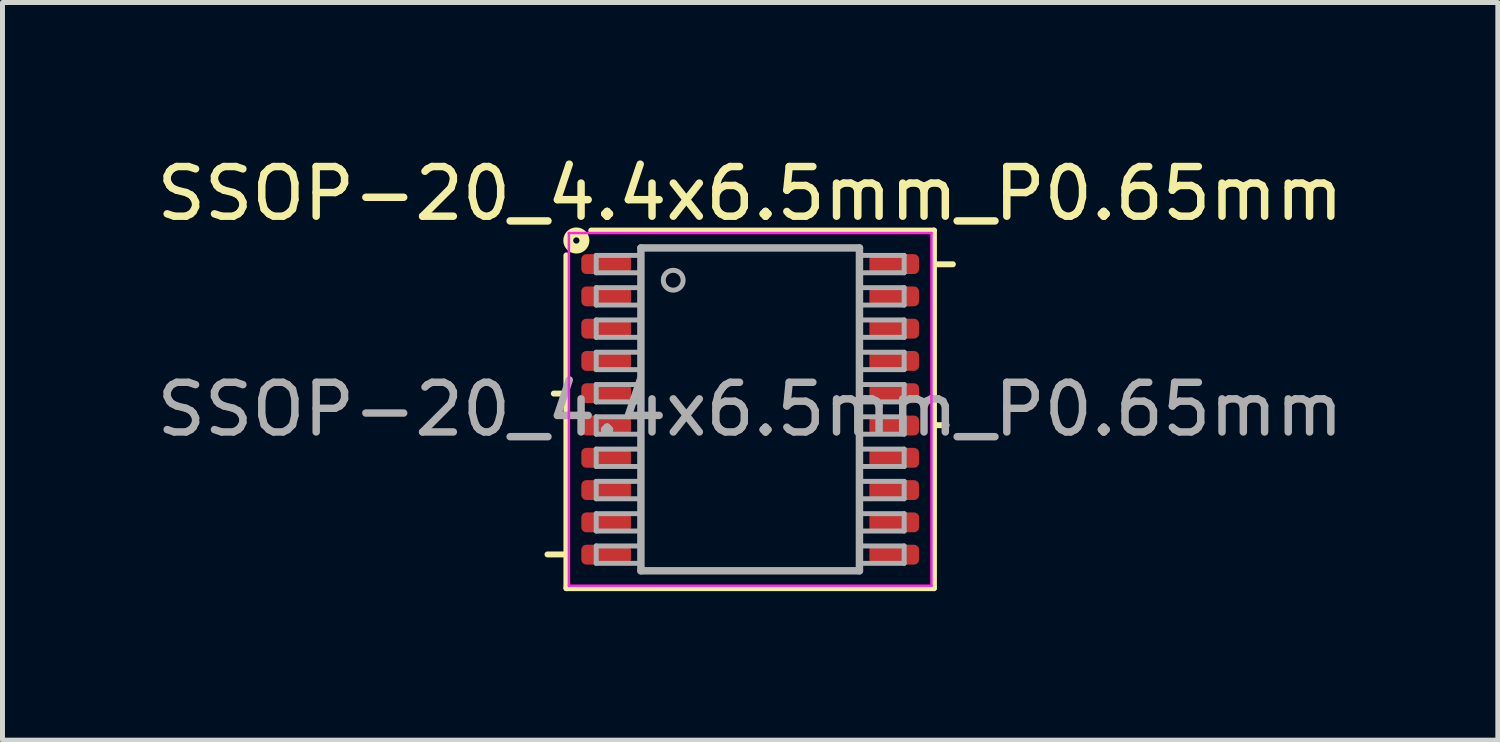
<source format=kicad_pcb>
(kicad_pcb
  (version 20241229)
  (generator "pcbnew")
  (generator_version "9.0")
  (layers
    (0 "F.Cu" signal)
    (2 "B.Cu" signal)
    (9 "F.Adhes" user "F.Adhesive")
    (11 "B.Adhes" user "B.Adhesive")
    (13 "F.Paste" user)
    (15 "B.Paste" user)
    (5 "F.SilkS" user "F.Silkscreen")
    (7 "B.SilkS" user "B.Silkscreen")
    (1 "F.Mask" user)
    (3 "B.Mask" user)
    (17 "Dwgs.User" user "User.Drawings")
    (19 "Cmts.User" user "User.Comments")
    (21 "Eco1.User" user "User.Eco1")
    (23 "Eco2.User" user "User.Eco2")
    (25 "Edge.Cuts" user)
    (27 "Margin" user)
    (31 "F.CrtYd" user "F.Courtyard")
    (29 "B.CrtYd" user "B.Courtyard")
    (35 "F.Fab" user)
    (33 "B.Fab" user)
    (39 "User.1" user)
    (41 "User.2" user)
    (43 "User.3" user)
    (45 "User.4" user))
  (footprint "SSOP-20_4.4x6.5mm_P0.65mm"
    (layer "F.Cu")
    (at 12.054 5.192)
    (property "Reference" "SSOP-20_4.4x6.5mm_P0.65mm" (at 0 -4.344 0) (layer "F.SilkS") (effects (font (size 1 1) (thickness 0.15))))
    (attr smd)
    (fp_line (start -3.7 -3.1) (end -3.7 3.6) (stroke (width 0.12) (type solid)) (layer "F.SilkS"))
    (fp_line (start -3.7 -0.318) (end -3.954 -0.318) (stroke (width 0.12) (type solid)) (layer "F.SilkS"))
    (fp_line (start -3.7 2.921) (end -4.081 2.921) (stroke (width 0.12) (type solid)) (layer "F.SilkS"))
    (fp_line (start -3.7 3.6) (end 3.7 3.6) (stroke (width 0.12) (type solid)) (layer "F.SilkS"))
    (fp_line (start 3.7 -3.6) (end -3.2 -3.6) (stroke (width 0.12) (type solid)) (layer "F.SilkS"))
    (fp_line (start 3.7 -2.921) (end 4.081 -2.921) (stroke (width 0.12) (type solid)) (layer "F.SilkS"))
    (fp_line (start 3.7 0.318) (end 3.954 0.318) (stroke (width 0.12) (type solid)) (layer "F.SilkS"))
    (fp_line (start 3.7 3.6) (end 3.7 -3.6) (stroke (width 0.12) (type solid)) (layer "F.SilkS"))
    (fp_circle (center -3.5 -3.4) (end -3.437 -3.4) (stroke (width 0.2) (type solid)) (fill no) (layer "F.SilkS"))
    (fp_line (start -3.65 -3.55) (end -3.65 3.55) (stroke (width 0.05) (type solid)) (layer "F.CrtYd"))
    (fp_line (start -3.65 -3.55) (end 3.65 -3.55) (stroke (width 0.05) (type solid)) (layer "F.CrtYd"))
    (fp_line (start -3.65 3.55) (end 3.65 3.55) (stroke (width 0.05) (type solid)) (layer "F.CrtYd"))
    (fp_line (start 3.65 -3.55) (end 3.65 3.55) (stroke (width 0.05) (type solid)) (layer "F.CrtYd"))
    (fp_line (start -3.1 -3.1) (end -3.1 -2.75) (stroke (width 0.1) (type solid)) (layer "F.Fab"))
    (fp_line (start -3.1 -3.1) (end -2.2 -3.1) (stroke (width 0.1) (type solid)) (layer "F.Fab"))
    (fp_line (start -3.1 -2.75) (end -2.2 -2.75) (stroke (width 0.1) (type solid)) (layer "F.Fab"))
    (fp_line (start -3.1 -2.45) (end -3.1 -2.1) (stroke (width 0.1) (type solid)) (layer "F.Fab"))
    (fp_line (start -3.1 -2.45) (end -2.2 -2.45) (stroke (width 0.1) (type solid)) (layer "F.Fab"))
    (fp_line (start -3.1 -2.1) (end -2.2 -2.1) (stroke (width 0.1) (type solid)) (layer "F.Fab"))
    (fp_line (start -3.1 -1.8) (end -3.1 -1.45) (stroke (width 0.1) (type solid)) (layer "F.Fab"))
    (fp_line (start -3.1 -1.8) (end -2.2 -1.8) (stroke (width 0.1) (type solid)) (layer "F.Fab"))
    (fp_line (start -3.1 -1.45) (end -2.2 -1.45) (stroke (width 0.1) (type solid)) (layer "F.Fab"))
    (fp_line (start -3.1 -1.15) (end -3.1 -0.8) (stroke (width 0.1) (type solid)) (layer "F.Fab"))
    (fp_line (start -3.1 -1.15) (end -2.2 -1.15) (stroke (width 0.1) (type solid)) (layer "F.Fab"))
    (fp_line (start -3.1 -0.8) (end -2.2 -0.8) (stroke (width 0.1) (type solid)) (layer "F.Fab"))
    (fp_line (start -3.1 -0.5) (end -3.1 -0.15) (stroke (width 0.1) (type solid)) (layer "F.Fab"))
    (fp_line (start -3.1 -0.5) (end -2.2 -0.5) (stroke (width 0.1) (type solid)) (layer "F.Fab"))
    (fp_line (start -3.1 -0.15) (end -2.2 -0.15) (stroke (width 0.1) (type solid)) (layer "F.Fab"))
    (fp_line (start -3.1 0.15) (end -3.1 0.5) (stroke (width 0.1) (type solid)) (layer "F.Fab"))
    (fp_line (start -3.1 0.15) (end -2.2 0.15) (stroke (width 0.1) (type solid)) (layer "F.Fab"))
    (fp_line (start -3.1 0.5) (end -2.2 0.5) (stroke (width 0.1) (type solid)) (layer "F.Fab"))
    (fp_line (start -3.1 0.8) (end -3.1 1.15) (stroke (width 0.1) (type solid)) (layer "F.Fab"))
    (fp_line (start -3.1 0.8) (end -2.2 0.8) (stroke (width 0.1) (type solid)) (layer "F.Fab"))
    (fp_line (start -3.1 1.15) (end -2.2 1.15) (stroke (width 0.1) (type solid)) (layer "F.Fab"))
    (fp_line (start -3.1 1.45) (end -3.1 1.8) (stroke (width 0.1) (type solid)) (layer "F.Fab"))
    (fp_line (start -3.1 1.45) (end -2.2 1.45) (stroke (width 0.1) (type solid)) (layer "F.Fab"))
    (fp_line (start -3.1 1.8) (end -2.2 1.8) (stroke (width 0.1) (type solid)) (layer "F.Fab"))
    (fp_line (start -3.1 2.1) (end -3.1 2.45) (stroke (width 0.1) (type solid)) (layer "F.Fab"))
    (fp_line (start -3.1 2.1) (end -2.2 2.1) (stroke (width 0.1) (type solid)) (layer "F.Fab"))
    (fp_line (start -3.1 2.45) (end -2.2 2.45) (stroke (width 0.1) (type solid)) (layer "F.Fab"))
    (fp_line (start -3.1 2.75) (end -3.1 3.1) (stroke (width 0.1) (type solid)) (layer "F.Fab"))
    (fp_line (start -3.1 2.75) (end -2.2 2.75) (stroke (width 0.1) (type solid)) (layer "F.Fab"))
    (fp_line (start -3.1 3.1) (end -2.2 3.1) (stroke (width 0.1) (type solid)) (layer "F.Fab"))
    (fp_line (start -2.2 -3.25) (end 2.2 -3.25) (stroke (width 0.15) (type solid)) (layer "F.Fab"))
    (fp_line (start -2.2 3.25) (end -2.2 -3.25) (stroke (width 0.15) (type solid)) (layer "F.Fab"))
    (fp_line (start 2.2 -3.25) (end 2.2 3.25) (stroke (width 0.15) (type solid)) (layer "F.Fab"))
    (fp_line (start 2.2 3.25) (end -2.2 3.25) (stroke (width 0.15) (type solid)) (layer "F.Fab"))
    (fp_line (start 3.1 -3.1) (end 2.2 -3.1) (stroke (width 0.1) (type solid)) (layer "F.Fab"))
    (fp_line (start 3.1 -2.75) (end 2.2 -2.75) (stroke (width 0.1) (type solid)) (layer "F.Fab"))
    (fp_line (start 3.1 -2.75) (end 3.1 -3.1) (stroke (width 0.1) (type solid)) (layer "F.Fab"))
    (fp_line (start 3.1 -2.45) (end 2.2 -2.45) (stroke (width 0.1) (type solid)) (layer "F.Fab"))
    (fp_line (start 3.1 -2.1) (end 2.2 -2.1) (stroke (width 0.1) (type solid)) (layer "F.Fab"))
    (fp_line (start 3.1 -2.1) (end 3.1 -2.45) (stroke (width 0.1) (type solid)) (layer "F.Fab"))
    (fp_line (start 3.1 -1.8) (end 2.2 -1.8) (stroke (width 0.1) (type solid)) (layer "F.Fab"))
    (fp_line (start 3.1 -1.45) (end 2.2 -1.45) (stroke (width 0.1) (type solid)) (layer "F.Fab"))
    (fp_line (start 3.1 -1.45) (end 3.1 -1.8) (stroke (width 0.1) (type solid)) (layer "F.Fab"))
    (fp_line (start 3.1 -1.15) (end 2.2 -1.15) (stroke (width 0.1) (type solid)) (layer "F.Fab"))
    (fp_line (start 3.1 -0.8) (end 2.2 -0.8) (stroke (width 0.1) (type solid)) (layer "F.Fab"))
    (fp_line (start 3.1 -0.8) (end 3.1 -1.15) (stroke (width 0.1) (type solid)) (layer "F.Fab"))
    (fp_line (start 3.1 -0.5) (end 2.2 -0.5) (stroke (width 0.1) (type solid)) (layer "F.Fab"))
    (fp_line (start 3.1 -0.15) (end 2.2 -0.15) (stroke (width 0.1) (type solid)) (layer "F.Fab"))
    (fp_line (start 3.1 -0.15) (end 3.1 -0.5) (stroke (width 0.1) (type solid)) (layer "F.Fab"))
    (fp_line (start 3.1 0.15) (end 2.2 0.15) (stroke (width 0.1) (type solid)) (layer "F.Fab"))
    (fp_line (start 3.1 0.5) (end 2.2 0.5) (stroke (width 0.1) (type solid)) (layer "F.Fab"))
    (fp_line (start 3.1 0.5) (end 3.1 0.15) (stroke (width 0.1) (type solid)) (layer "F.Fab"))
    (fp_line (start 3.1 0.8) (end 2.2 0.8) (stroke (width 0.1) (type solid)) (layer "F.Fab"))
    (fp_line (start 3.1 1.15) (end 2.2 1.15) (stroke (width 0.1) (type solid)) (layer "F.Fab"))
    (fp_line (start 3.1 1.15) (end 3.1 0.8) (stroke (width 0.1) (type solid)) (layer "F.Fab"))
    (fp_line (start 3.1 1.45) (end 2.2 1.45) (stroke (width 0.1) (type solid)) (layer "F.Fab"))
    (fp_line (start 3.1 1.8) (end 2.2 1.8) (stroke (width 0.1) (type solid)) (layer "F.Fab"))
    (fp_line (start 3.1 1.8) (end 3.1 1.45) (stroke (width 0.1) (type solid)) (layer "F.Fab"))
    (fp_line (start 3.1 2.1) (end 2.2 2.1) (stroke (width 0.1) (type solid)) (layer "F.Fab"))
    (fp_line (start 3.1 2.45) (end 2.2 2.45) (stroke (width 0.1) (type solid)) (layer "F.Fab"))
    (fp_line (start 3.1 2.45) (end 3.1 2.1) (stroke (width 0.1) (type solid)) (layer "F.Fab"))
    (fp_line (start 3.1 2.75) (end 2.2 2.75) (stroke (width 0.1) (type solid)) (layer "F.Fab"))
    (fp_line (start 3.1 3.1) (end 2.2 3.1) (stroke (width 0.1) (type solid)) (layer "F.Fab"))
    (fp_line (start 3.1 3.1) (end 3.1 2.75) (stroke (width 0.1) (type solid)) (layer "F.Fab"))
    (fp_circle (center -1.55 -2.6) (end -1.35 -2.6) (stroke (width 0.1) (type solid)) (fill no) (layer "F.Fab"))
    (fp_text user "${REFERENCE}" (at 0 0 0) (layer "F.Fab") (effects (font (size 1 1) (thickness 0.15))))
    (pad "1" smd roundrect (at -2.9 -2.925) (size 1 0.4) (layers "F.Cu" "F.Mask" "F.Paste") (roundrect_rratio 0.25))
    (pad "2" smd roundrect (at -2.9 -2.275) (size 1 0.4) (layers "F.Cu" "F.Mask" "F.Paste") (roundrect_rratio 0.25))
    (pad "3" smd roundrect (at -2.9 -1.625) (size 1 0.4) (layers "F.Cu" "F.Mask" "F.Paste") (roundrect_rratio 0.25))
    (pad "4" smd roundrect (at -2.9 -0.975) (size 1 0.4) (layers "F.Cu" "F.Mask" "F.Paste") (roundrect_rratio 0.25))
    (pad "5" smd roundrect (at -2.9 -0.325) (size 1 0.4) (layers "F.Cu" "F.Mask" "F.Paste") (roundrect_rratio 0.25))
    (pad "6" smd roundrect (at -2.9 0.325) (size 1 0.4) (layers "F.Cu" "F.Mask" "F.Paste") (roundrect_rratio 0.25))
    (pad "7" smd roundrect (at -2.9 0.975) (size 1 0.4) (layers "F.Cu" "F.Mask" "F.Paste") (roundrect_rratio 0.25))
    (pad "8" smd roundrect (at -2.9 1.625) (size 1 0.4) (layers "F.Cu" "F.Mask" "F.Paste") (roundrect_rratio 0.25))
    (pad "9" smd roundrect (at -2.9 2.275) (size 1 0.4) (layers "F.Cu" "F.Mask" "F.Paste") (roundrect_rratio 0.25))
    (pad "10" smd roundrect (at -2.9 2.925) (size 1 0.4) (layers "F.Cu" "F.Mask" "F.Paste") (roundrect_rratio 0.25))
    (pad "11" smd roundrect (at 2.9 2.925) (size 1 0.4) (layers "F.Cu" "F.Mask" "F.Paste") (roundrect_rratio 0.25))
    (pad "12" smd roundrect (at 2.9 2.275) (size 1 0.4) (layers "F.Cu" "F.Mask" "F.Paste") (roundrect_rratio 0.25))
    (pad "13" smd roundrect (at 2.9 1.625) (size 1 0.4) (layers "F.Cu" "F.Mask" "F.Paste") (roundrect_rratio 0.25))
    (pad "14" smd roundrect (at 2.9 0.975) (size 1 0.4) (layers "F.Cu" "F.Mask" "F.Paste") (roundrect_rratio 0.25))
    (pad "15" smd roundrect (at 2.9 0.325) (size 1 0.4) (layers "F.Cu" "F.Mask" "F.Paste") (roundrect_rratio 0.25))
    (pad "16" smd roundrect (at 2.9 -0.325) (size 1 0.4) (layers "F.Cu" "F.Mask" "F.Paste") (roundrect_rratio 0.25))
    (pad "17" smd roundrect (at 2.9 -0.975) (size 1 0.4) (layers "F.Cu" "F.Mask" "F.Paste") (roundrect_rratio 0.25))
    (pad "18" smd roundrect (at 2.9 -1.625) (size 1 0.4) (layers "F.Cu" "F.Mask" "F.Paste") (roundrect_rratio 0.25))
    (pad "19" smd roundrect (at 2.9 -2.275) (size 1 0.4) (layers "F.Cu" "F.Mask" "F.Paste") (roundrect_rratio 0.25))
    (pad "20" smd roundrect (at 2.9 -2.925) (size 1 0.4) (layers "F.Cu" "F.Mask" "F.Paste") (roundrect_rratio 0.25)))
  (gr_rect
    (start -3 -3)
    (end 27.107 11.852)
    (stroke (width 0.1) (type default))
    (fill no)
    (layer "Edge.Cuts")))
</source>
